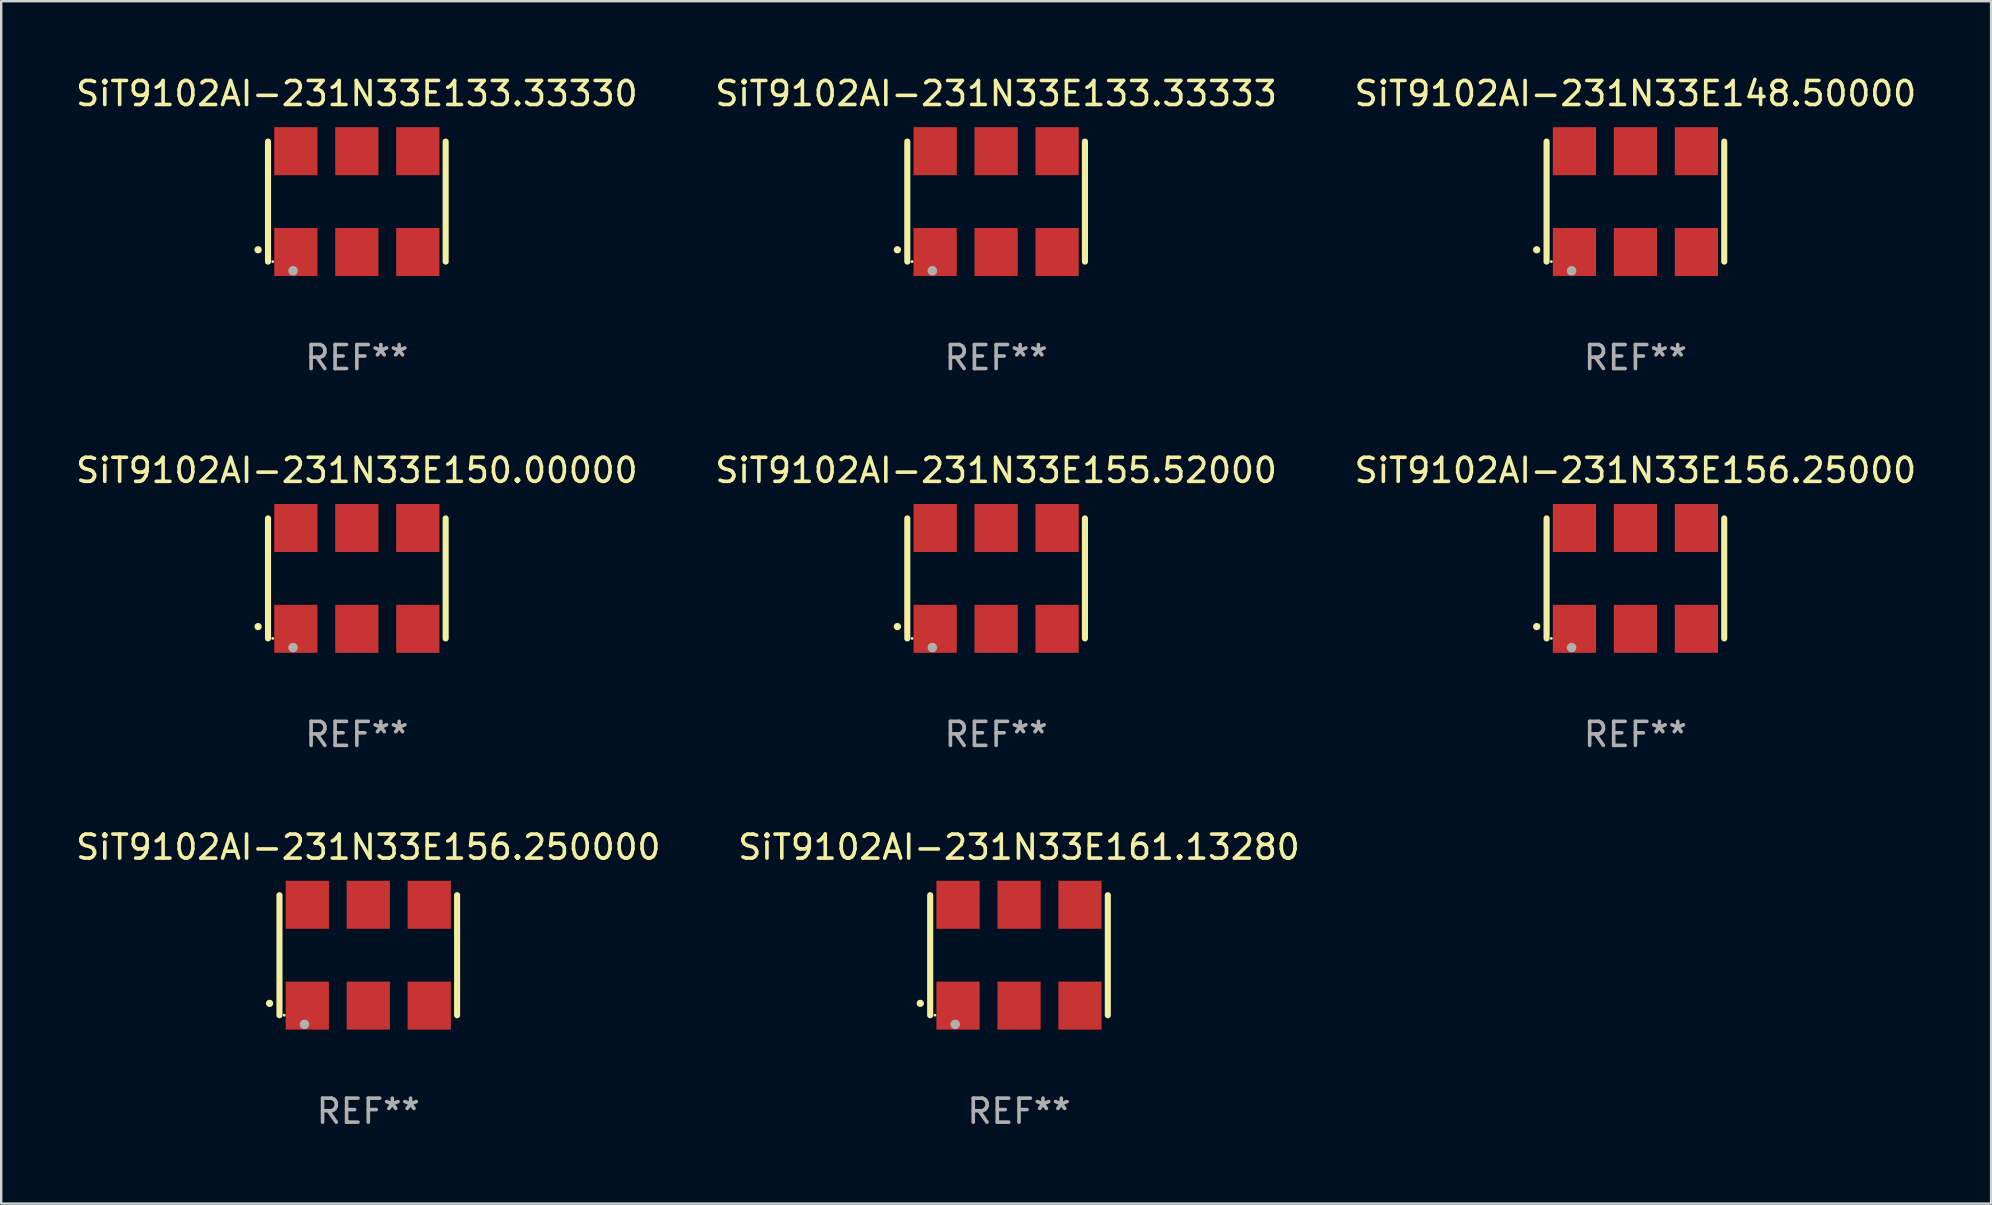
<source format=kicad_pcb>
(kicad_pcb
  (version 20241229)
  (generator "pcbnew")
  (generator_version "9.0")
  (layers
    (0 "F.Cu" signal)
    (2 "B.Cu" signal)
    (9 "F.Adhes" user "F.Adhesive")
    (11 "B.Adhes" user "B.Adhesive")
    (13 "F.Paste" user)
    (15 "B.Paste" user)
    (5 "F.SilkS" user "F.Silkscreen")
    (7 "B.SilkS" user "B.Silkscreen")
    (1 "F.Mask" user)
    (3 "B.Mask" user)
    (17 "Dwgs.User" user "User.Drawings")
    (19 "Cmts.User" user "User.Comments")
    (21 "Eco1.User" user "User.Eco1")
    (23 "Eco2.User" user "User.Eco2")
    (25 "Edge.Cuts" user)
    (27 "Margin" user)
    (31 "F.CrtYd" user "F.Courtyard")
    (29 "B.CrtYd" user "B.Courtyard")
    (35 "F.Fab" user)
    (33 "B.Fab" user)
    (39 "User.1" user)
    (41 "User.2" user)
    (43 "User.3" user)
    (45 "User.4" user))
  (footprint "SiT9102AI-231N33E161.13280"
    (layer "F.Cu")
    (at 39.399 36.741)
    (property "Reference" "SiT9102AI-231N33E161.13280" (at 0 -4.5 0) (layer "F.SilkS") (effects (font (size 1 1) (thickness 0.15))))
    (attr through_hole)
    (fp_line (start -3.7 -2.5) (end -3.7 2.5) (stroke (width 0.254) (type solid)) (layer "F.SilkS"))
    (fp_line (start 3.7 -2.5) (end 3.7 2.5) (stroke (width 0.254) (type solid)) (layer "F.SilkS"))
    (fp_arc (start -4.114415 2.006604) (mid -4.113145 2.006599) (end -4.111875 2.006604) (stroke (width 0.3) (type solid)) (layer "F.SilkS"))
    (fp_circle (center -3.502 2.5) (end -3.472 2.5) (stroke (width 0.06) (type solid)) (fill no) (layer "F.SilkS"))
    (fp_circle (center -2.657 2.882) (end -2.557 2.882) (stroke (width 0.2) (type solid)) (fill no) (layer "F.Fab"))
    (fp_text user "REF**" (at 0 6.5 0) (layer "F.Fab") (effects (font (size 1 1) (thickness 0.15))))
    (pad "1" smd rect (at -2.54 2.1) (size 1.8 2) (layers "F.Cu" "F.Mask" "F.Paste"))
    (pad "2" smd rect (at 0.000394 2.1) (size 1.8 2) (layers "F.Cu" "F.Mask" "F.Paste"))
    (pad "3" smd rect (at 2.54 2.1) (size 1.8 2) (layers "F.Cu" "F.Mask" "F.Paste"))
    (pad "4" smd rect (at 2.54 -2.1) (size 1.8 2) (layers "F.Cu" "F.Mask" "F.Paste"))
    (pad "5" smd rect (at 0.000394 -2.1) (size 1.8 2) (layers "F.Cu" "F.Mask" "F.Paste"))
    (pad "6" smd rect (at -2.54 -2.1) (size 1.8 2) (layers "F.Cu" "F.Mask" "F.Paste")))
  (footprint "SiT9102AI-231N33E155.52000"
    (layer "F.Cu")
    (at 38.446 21.045)
    (property "Reference" "SiT9102AI-231N33E155.52000" (at 0 -4.5 0) (layer "F.SilkS") (effects (font (size 1 1) (thickness 0.15))))
    (attr through_hole)
    (fp_line (start -3.7 -2.5) (end -3.7 2.5) (stroke (width 0.254) (type solid)) (layer "F.SilkS"))
    (fp_line (start 3.7 -2.5) (end 3.7 2.5) (stroke (width 0.254) (type solid)) (layer "F.SilkS"))
    (fp_arc (start -4.114415 2.006604) (mid -4.113145 2.006599) (end -4.111875 2.006604) (stroke (width 0.3) (type solid)) (layer "F.SilkS"))
    (fp_circle (center -3.502 2.5) (end -3.472 2.5) (stroke (width 0.06) (type solid)) (fill no) (layer "F.SilkS"))
    (fp_circle (center -2.657 2.882) (end -2.557 2.882) (stroke (width 0.2) (type solid)) (fill no) (layer "F.Fab"))
    (fp_text user "REF**" (at 0 6.5 0) (layer "F.Fab") (effects (font (size 1 1) (thickness 0.15))))
    (pad "1" smd rect (at -2.54 2.1) (size 1.8 2) (layers "F.Cu" "F.Mask" "F.Paste"))
    (pad "2" smd rect (at 0.000394 2.1) (size 1.8 2) (layers "F.Cu" "F.Mask" "F.Paste"))
    (pad "3" smd rect (at 2.54 2.1) (size 1.8 2) (layers "F.Cu" "F.Mask" "F.Paste"))
    (pad "4" smd rect (at 2.54 -2.1) (size 1.8 2) (layers "F.Cu" "F.Mask" "F.Paste"))
    (pad "5" smd rect (at 0.000394 -2.1) (size 1.8 2) (layers "F.Cu" "F.Mask" "F.Paste"))
    (pad "6" smd rect (at -2.54 -2.1) (size 1.8 2) (layers "F.Cu" "F.Mask" "F.Paste")))
  (footprint "SiT9102AI-231N33E150.00000"
    (layer "F.Cu")
    (at 11.815 21.045)
    (property "Reference" "SiT9102AI-231N33E150.00000" (at 0 -4.5 0) (layer "F.SilkS") (effects (font (size 1 1) (thickness 0.15))))
    (attr through_hole)
    (fp_line (start -3.7 -2.5) (end -3.7 2.5) (stroke (width 0.254) (type solid)) (layer "F.SilkS"))
    (fp_line (start 3.7 -2.5) (end 3.7 2.5) (stroke (width 0.254) (type solid)) (layer "F.SilkS"))
    (fp_arc (start -4.114415 2.006604) (mid -4.113145 2.006599) (end -4.111875 2.006604) (stroke (width 0.3) (type solid)) (layer "F.SilkS"))
    (fp_circle (center -3.502 2.5) (end -3.472 2.5) (stroke (width 0.06) (type solid)) (fill no) (layer "F.SilkS"))
    (fp_circle (center -2.657 2.882) (end -2.557 2.882) (stroke (width 0.2) (type solid)) (fill no) (layer "F.Fab"))
    (fp_text user "REF**" (at 0 6.5 0) (layer "F.Fab") (effects (font (size 1 1) (thickness 0.15))))
    (pad "1" smd rect (at -2.54 2.1) (size 1.8 2) (layers "F.Cu" "F.Mask" "F.Paste"))
    (pad "2" smd rect (at 0.000394 2.1) (size 1.8 2) (layers "F.Cu" "F.Mask" "F.Paste"))
    (pad "3" smd rect (at 2.54 2.1) (size 1.8 2) (layers "F.Cu" "F.Mask" "F.Paste"))
    (pad "4" smd rect (at 2.54 -2.1) (size 1.8 2) (layers "F.Cu" "F.Mask" "F.Paste"))
    (pad "5" smd rect (at 0.000394 -2.1) (size 1.8 2) (layers "F.Cu" "F.Mask" "F.Paste"))
    (pad "6" smd rect (at -2.54 -2.1) (size 1.8 2) (layers "F.Cu" "F.Mask" "F.Paste")))
  (footprint "SiT9102AI-231N33E133.33330"
    (layer "F.Cu")
    (at 11.815 5.348)
    (property "Reference" "SiT9102AI-231N33E133.33330" (at 0 -4.5 0) (layer "F.SilkS") (effects (font (size 1 1) (thickness 0.15))))
    (attr through_hole)
    (fp_line (start -3.7 -2.5) (end -3.7 2.5) (stroke (width 0.254) (type solid)) (layer "F.SilkS"))
    (fp_line (start 3.7 -2.5) (end 3.7 2.5) (stroke (width 0.254) (type solid)) (layer "F.SilkS"))
    (fp_arc (start -4.114415 2.006604) (mid -4.113145 2.006599) (end -4.111875 2.006604) (stroke (width 0.3) (type solid)) (layer "F.SilkS"))
    (fp_circle (center -3.502 2.5) (end -3.472 2.5) (stroke (width 0.06) (type solid)) (fill no) (layer "F.SilkS"))
    (fp_circle (center -2.657 2.882) (end -2.557 2.882) (stroke (width 0.2) (type solid)) (fill no) (layer "F.Fab"))
    (fp_text user "REF**" (at 0 6.5 0) (layer "F.Fab") (effects (font (size 1 1) (thickness 0.15))))
    (pad "1" smd rect (at -2.54 2.1) (size 1.8 2) (layers "F.Cu" "F.Mask" "F.Paste"))
    (pad "2" smd rect (at 0.000394 2.1) (size 1.8 2) (layers "F.Cu" "F.Mask" "F.Paste"))
    (pad "3" smd rect (at 2.54 2.1) (size 1.8 2) (layers "F.Cu" "F.Mask" "F.Paste"))
    (pad "4" smd rect (at 2.54 -2.1) (size 1.8 2) (layers "F.Cu" "F.Mask" "F.Paste"))
    (pad "5" smd rect (at 0.000394 -2.1) (size 1.8 2) (layers "F.Cu" "F.Mask" "F.Paste"))
    (pad "6" smd rect (at -2.54 -2.1) (size 1.8 2) (layers "F.Cu" "F.Mask" "F.Paste")))
  (footprint "SiT9102AI-231N33E156.250000"
    (layer "F.Cu")
    (at 12.292 36.741)
    (property "Reference" "SiT9102AI-231N33E156.250000" (at 0 -4.5 0) (layer "F.SilkS") (effects (font (size 1 1) (thickness 0.15))))
    (attr through_hole)
    (fp_line (start -3.7 -2.5) (end -3.7 2.5) (stroke (width 0.254) (type solid)) (layer "F.SilkS"))
    (fp_line (start 3.7 -2.5) (end 3.7 2.5) (stroke (width 0.254) (type solid)) (layer "F.SilkS"))
    (fp_arc (start -4.114415 2.006604) (mid -4.113145 2.006599) (end -4.111875 2.006604) (stroke (width 0.3) (type solid)) (layer "F.SilkS"))
    (fp_circle (center -3.502 2.5) (end -3.472 2.5) (stroke (width 0.06) (type solid)) (fill no) (layer "F.SilkS"))
    (fp_circle (center -2.657 2.882) (end -2.557 2.882) (stroke (width 0.2) (type solid)) (fill no) (layer "F.Fab"))
    (fp_text user "REF**" (at 0 6.5 0) (layer "F.Fab") (effects (font (size 1 1) (thickness 0.15))))
    (pad "1" smd rect (at -2.54 2.1) (size 1.8 2) (layers "F.Cu" "F.Mask" "F.Paste"))
    (pad "2" smd rect (at 0.000394 2.1) (size 1.8 2) (layers "F.Cu" "F.Mask" "F.Paste"))
    (pad "3" smd rect (at 2.54 2.1) (size 1.8 2) (layers "F.Cu" "F.Mask" "F.Paste"))
    (pad "4" smd rect (at 2.54 -2.1) (size 1.8 2) (layers "F.Cu" "F.Mask" "F.Paste"))
    (pad "5" smd rect (at 0.000394 -2.1) (size 1.8 2) (layers "F.Cu" "F.Mask" "F.Paste"))
    (pad "6" smd rect (at -2.54 -2.1) (size 1.8 2) (layers "F.Cu" "F.Mask" "F.Paste")))
  (footprint "SiT9102AI-231N33E156.25000"
    (layer "F.Cu")
    (at 65.077 21.045)
    (property "Reference" "SiT9102AI-231N33E156.25000" (at 0 -4.5 0) (layer "F.SilkS") (effects (font (size 1 1) (thickness 0.15))))
    (attr through_hole)
    (fp_line (start -3.7 -2.5) (end -3.7 2.5) (stroke (width 0.254) (type solid)) (layer "F.SilkS"))
    (fp_line (start 3.7 -2.5) (end 3.7 2.5) (stroke (width 0.254) (type solid)) (layer "F.SilkS"))
    (fp_arc (start -4.114415 2.006604) (mid -4.113145 2.006599) (end -4.111875 2.006604) (stroke (width 0.3) (type solid)) (layer "F.SilkS"))
    (fp_circle (center -3.502 2.5) (end -3.472 2.5) (stroke (width 0.06) (type solid)) (fill no) (layer "F.SilkS"))
    (fp_circle (center -2.657 2.882) (end -2.557 2.882) (stroke (width 0.2) (type solid)) (fill no) (layer "F.Fab"))
    (fp_text user "REF**" (at 0 6.5 0) (layer "F.Fab") (effects (font (size 1 1) (thickness 0.15))))
    (pad "1" smd rect (at -2.54 2.1) (size 1.8 2) (layers "F.Cu" "F.Mask" "F.Paste"))
    (pad "2" smd rect (at 0.000394 2.1) (size 1.8 2) (layers "F.Cu" "F.Mask" "F.Paste"))
    (pad "3" smd rect (at 2.54 2.1) (size 1.8 2) (layers "F.Cu" "F.Mask" "F.Paste"))
    (pad "4" smd rect (at 2.54 -2.1) (size 1.8 2) (layers "F.Cu" "F.Mask" "F.Paste"))
    (pad "5" smd rect (at 0.000394 -2.1) (size 1.8 2) (layers "F.Cu" "F.Mask" "F.Paste"))
    (pad "6" smd rect (at -2.54 -2.1) (size 1.8 2) (layers "F.Cu" "F.Mask" "F.Paste")))
  (footprint "SiT9102AI-231N33E133.33333"
    (layer "F.Cu")
    (at 38.446 5.348)
    (property "Reference" "SiT9102AI-231N33E133.33333" (at 0 -4.5 0) (layer "F.SilkS") (effects (font (size 1 1) (thickness 0.15))))
    (attr through_hole)
    (fp_line (start -3.7 -2.5) (end -3.7 2.5) (stroke (width 0.254) (type solid)) (layer "F.SilkS"))
    (fp_line (start 3.7 -2.5) (end 3.7 2.5) (stroke (width 0.254) (type solid)) (layer "F.SilkS"))
    (fp_arc (start -4.114415 2.006604) (mid -4.113145 2.006599) (end -4.111875 2.006604) (stroke (width 0.3) (type solid)) (layer "F.SilkS"))
    (fp_circle (center -3.502 2.5) (end -3.472 2.5) (stroke (width 0.06) (type solid)) (fill no) (layer "F.SilkS"))
    (fp_circle (center -2.657 2.882) (end -2.557 2.882) (stroke (width 0.2) (type solid)) (fill no) (layer "F.Fab"))
    (fp_text user "REF**" (at 0 6.5 0) (layer "F.Fab") (effects (font (size 1 1) (thickness 0.15))))
    (pad "1" smd rect (at -2.54 2.1) (size 1.8 2) (layers "F.Cu" "F.Mask" "F.Paste"))
    (pad "2" smd rect (at 0.000394 2.1) (size 1.8 2) (layers "F.Cu" "F.Mask" "F.Paste"))
    (pad "3" smd rect (at 2.54 2.1) (size 1.8 2) (layers "F.Cu" "F.Mask" "F.Paste"))
    (pad "4" smd rect (at 2.54 -2.1) (size 1.8 2) (layers "F.Cu" "F.Mask" "F.Paste"))
    (pad "5" smd rect (at 0.000394 -2.1) (size 1.8 2) (layers "F.Cu" "F.Mask" "F.Paste"))
    (pad "6" smd rect (at -2.54 -2.1) (size 1.8 2) (layers "F.Cu" "F.Mask" "F.Paste")))
  (footprint "SiT9102AI-231N33E148.50000"
    (layer "F.Cu")
    (at 65.077 5.348)
    (property "Reference" "SiT9102AI-231N33E148.50000" (at 0 -4.5 0) (layer "F.SilkS") (effects (font (size 1 1) (thickness 0.15))))
    (attr through_hole)
    (fp_line (start -3.7 -2.5) (end -3.7 2.5) (stroke (width 0.254) (type solid)) (layer "F.SilkS"))
    (fp_line (start 3.7 -2.5) (end 3.7 2.5) (stroke (width 0.254) (type solid)) (layer "F.SilkS"))
    (fp_arc (start -4.114415 2.006604) (mid -4.113145 2.006599) (end -4.111875 2.006604) (stroke (width 0.3) (type solid)) (layer "F.SilkS"))
    (fp_circle (center -3.502 2.5) (end -3.472 2.5) (stroke (width 0.06) (type solid)) (fill no) (layer "F.SilkS"))
    (fp_circle (center -2.657 2.882) (end -2.557 2.882) (stroke (width 0.2) (type solid)) (fill no) (layer "F.Fab"))
    (fp_text user "REF**" (at 0 6.5 0) (layer "F.Fab") (effects (font (size 1 1) (thickness 0.15))))
    (pad "1" smd rect (at -2.54 2.1) (size 1.8 2) (layers "F.Cu" "F.Mask" "F.Paste"))
    (pad "2" smd rect (at 0.000394 2.1) (size 1.8 2) (layers "F.Cu" "F.Mask" "F.Paste"))
    (pad "3" smd rect (at 2.54 2.1) (size 1.8 2) (layers "F.Cu" "F.Mask" "F.Paste"))
    (pad "4" smd rect (at 2.54 -2.1) (size 1.8 2) (layers "F.Cu" "F.Mask" "F.Paste"))
    (pad "5" smd rect (at 0.000394 -2.1) (size 1.8 2) (layers "F.Cu" "F.Mask" "F.Paste"))
    (pad "6" smd rect (at -2.54 -2.1) (size 1.8 2) (layers "F.Cu" "F.Mask" "F.Paste")))
  (gr_rect
    (start -3 -3)
    (end 79.893 47.09)
    (stroke (width 0.1) (type default))
    (fill no)
    (layer "Edge.Cuts")))
</source>
